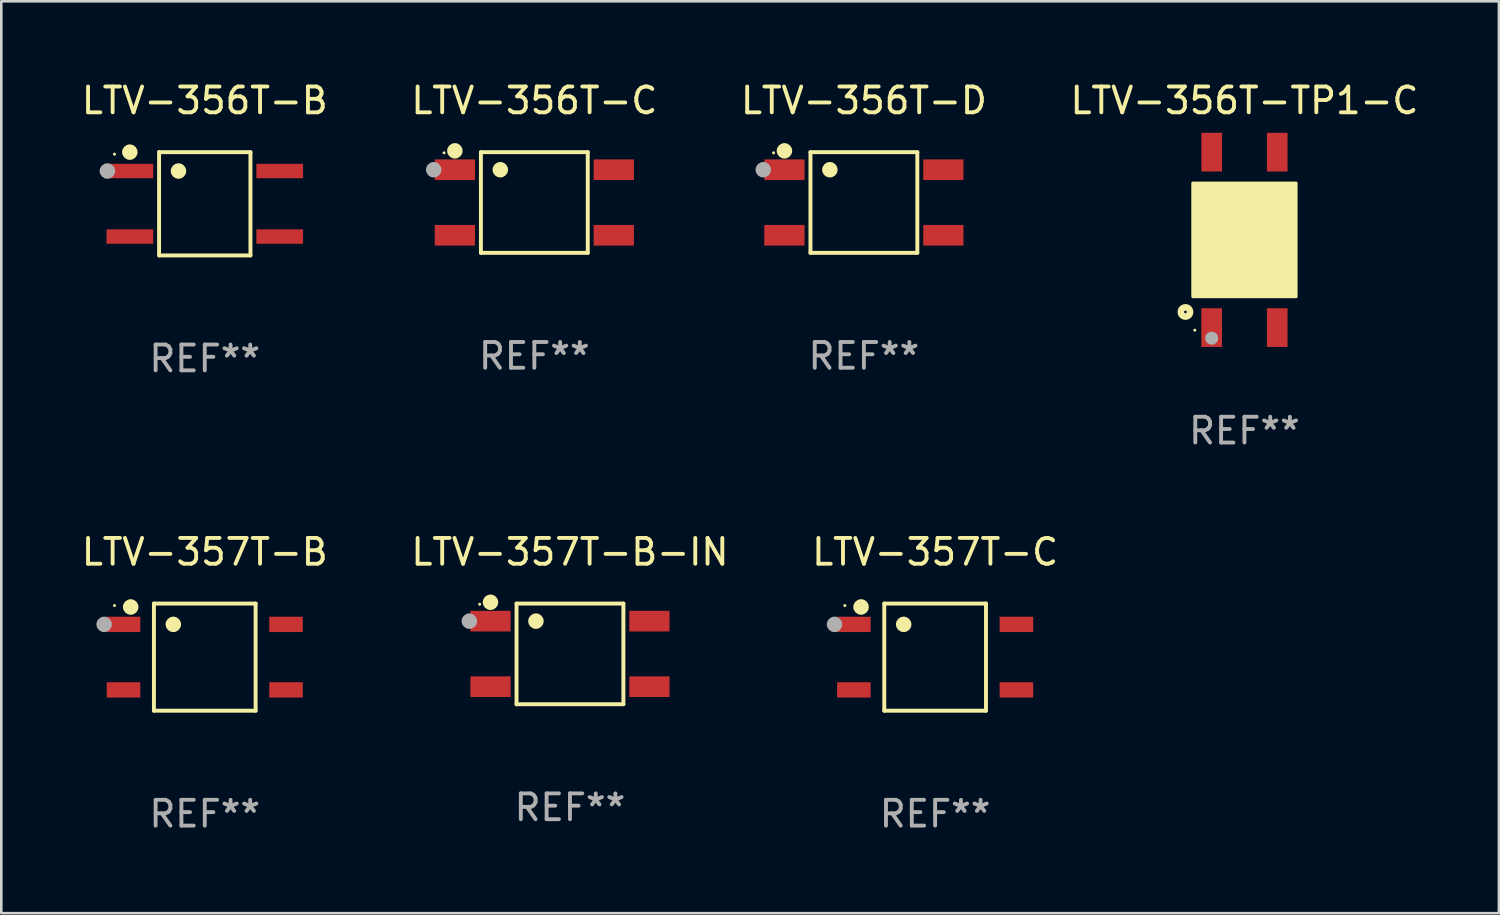
<source format=kicad_pcb>
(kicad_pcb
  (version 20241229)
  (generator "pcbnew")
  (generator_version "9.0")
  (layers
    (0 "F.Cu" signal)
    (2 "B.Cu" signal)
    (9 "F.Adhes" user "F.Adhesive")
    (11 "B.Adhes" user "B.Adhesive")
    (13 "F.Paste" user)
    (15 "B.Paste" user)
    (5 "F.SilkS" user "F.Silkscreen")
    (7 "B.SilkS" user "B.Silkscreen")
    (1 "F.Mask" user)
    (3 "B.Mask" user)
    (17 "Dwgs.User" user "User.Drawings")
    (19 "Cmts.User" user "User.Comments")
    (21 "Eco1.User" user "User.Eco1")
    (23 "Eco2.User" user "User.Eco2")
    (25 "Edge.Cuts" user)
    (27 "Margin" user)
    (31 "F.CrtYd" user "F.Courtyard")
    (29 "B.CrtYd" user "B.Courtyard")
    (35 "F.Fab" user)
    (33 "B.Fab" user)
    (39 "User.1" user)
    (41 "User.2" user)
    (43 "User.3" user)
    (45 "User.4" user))
  (footprint "LTV-357T-B"
    (layer "F.Cu")
    (at 4.887 22.421)
    (property "Reference" "LTV-357T-B" (at 0 -4.076 0) (layer "F.SilkS") (effects (font (size 1 1) (thickness 0.15))))
    (attr through_hole)
    (fp_line (start -1.971 -2.076) (end 1.971 -2.076) (stroke (width 0.152) (type solid)) (layer "F.SilkS"))
    (fp_line (start -1.971 2.076) (end -1.971 -2.076) (stroke (width 0.152) (type solid)) (layer "F.SilkS"))
    (fp_line (start 1.971 -2.076) (end 1.971 2.076) (stroke (width 0.152) (type solid)) (layer "F.SilkS"))
    (fp_line (start 1.971 2.076) (end -1.971 2.076) (stroke (width 0.152) (type solid)) (layer "F.SilkS"))
    (fp_circle (center -3.5 -2) (end -3.47 -2) (stroke (width 0.06) (type solid)) (fill no) (layer "F.SilkS"))
    (fp_circle (center -2.871 -1.944) (end -2.72 -1.944) (stroke (width 0.3) (type solid)) (fill no) (layer "F.SilkS"))
    (fp_circle (center -1.219 -1.27) (end -1.069 -1.27) (stroke (width 0.3) (type solid)) (fill no) (layer "F.SilkS"))
    (fp_circle (center -3.9 -1.27) (end -3.75 -1.27) (stroke (width 0.3) (type solid)) (fill no) (layer "F.Fab"))
    (fp_text user "REF**" (at 0 6.076 0) (layer "F.Fab") (effects (font (size 1 1) (thickness 0.15))))
    (pad "1" smd rect (at -3.15 -1.27 270) (size 0.595 1.3) (layers "F.Cu" "F.Mask" "F.Paste"))
    (pad "2" smd rect (at -3.15 1.27 270) (size 0.595 1.3) (layers "F.Cu" "F.Mask" "F.Paste"))
    (pad "3" smd rect (at 3.15 1.27 270) (size 0.595 1.3) (layers "F.Cu" "F.Mask" "F.Paste"))
    (pad "4" smd rect (at 3.15 -1.27 270) (size 0.595 1.3) (layers "F.Cu" "F.Mask" "F.Paste")))
  (footprint "LTV-356T-B"
    (layer "F.Cu")
    (at 4.887 4.849)
    (property "Reference" "LTV-356T-B" (at 0 -4.001 0) (layer "F.SilkS") (effects (font (size 1 1) (thickness 0.15))))
    (attr through_hole)
    (fp_line (start -1.771 -2.001) (end 1.771 -2.001) (stroke (width 0.152) (type solid)) (layer "F.SilkS"))
    (fp_line (start -1.771 2.001) (end -1.771 -2.001) (stroke (width 0.152) (type solid)) (layer "F.SilkS"))
    (fp_line (start 1.771 -2.001) (end 1.771 2.001) (stroke (width 0.152) (type solid)) (layer "F.SilkS"))
    (fp_line (start 1.771 2.001) (end -1.771 2.001) (stroke (width 0.152) (type solid)) (layer "F.SilkS"))
    (fp_circle (center -3.5 -1.925) (end -3.47 -1.925) (stroke (width 0.06) (type solid)) (fill no) (layer "F.SilkS"))
    (fp_circle (center -2.905 -2.002) (end -2.755 -2.002) (stroke (width 0.3) (type solid)) (fill no) (layer "F.SilkS"))
    (fp_circle (center -1.019 -1.27) (end -0.869 -1.27) (stroke (width 0.3) (type solid)) (fill no) (layer "F.SilkS"))
    (fp_circle (center -3.775 -1.27) (end -3.625 -1.27) (stroke (width 0.3) (type solid)) (fill no) (layer "F.Fab"))
    (fp_text user "REF**" (at 0 6.001 0) (layer "F.Fab") (effects (font (size 1 1) (thickness 0.15))))
    (pad "1" smd rect (at -2.905 -1.27) (size 1.81 0.56) (layers "F.Cu" "F.Mask" "F.Paste"))
    (pad "2" smd rect (at -2.905 1.27) (size 1.81 0.56) (layers "F.Cu" "F.Mask" "F.Paste"))
    (pad "3" smd rect (at 2.905 1.27) (size 1.81 0.56) (layers "F.Cu" "F.Mask" "F.Paste"))
    (pad "4" smd rect (at 2.905 -1.27) (size 1.81 0.56) (layers "F.Cu" "F.Mask" "F.Paste")))
  (footprint "LTV-357T-C"
    (layer "F.Cu")
    (at 33.196 22.421)
    (property "Reference" "LTV-357T-C" (at 0 -4.076 0) (layer "F.SilkS") (effects (font (size 1 1) (thickness 0.15))))
    (attr through_hole)
    (fp_line (start -1.971 -2.076) (end 1.971 -2.076) (stroke (width 0.152) (type solid)) (layer "F.SilkS"))
    (fp_line (start -1.971 2.076) (end -1.971 -2.076) (stroke (width 0.152) (type solid)) (layer "F.SilkS"))
    (fp_line (start 1.971 -2.076) (end 1.971 2.076) (stroke (width 0.152) (type solid)) (layer "F.SilkS"))
    (fp_line (start 1.971 2.076) (end -1.971 2.076) (stroke (width 0.152) (type solid)) (layer "F.SilkS"))
    (fp_circle (center -3.5 -2) (end -3.47 -2) (stroke (width 0.06) (type solid)) (fill no) (layer "F.SilkS"))
    (fp_circle (center -2.871 -1.944) (end -2.72 -1.944) (stroke (width 0.3) (type solid)) (fill no) (layer "F.SilkS"))
    (fp_circle (center -1.219 -1.27) (end -1.069 -1.27) (stroke (width 0.3) (type solid)) (fill no) (layer "F.SilkS"))
    (fp_circle (center -3.9 -1.27) (end -3.75 -1.27) (stroke (width 0.3) (type solid)) (fill no) (layer "F.Fab"))
    (fp_text user "REF**" (at 0 6.076 0) (layer "F.Fab") (effects (font (size 1 1) (thickness 0.15))))
    (pad "1" smd rect (at -3.15 -1.27 270) (size 0.595 1.3) (layers "F.Cu" "F.Mask" "F.Paste"))
    (pad "2" smd rect (at -3.15 1.27 270) (size 0.595 1.3) (layers "F.Cu" "F.Mask" "F.Paste"))
    (pad "3" smd rect (at 3.15 1.27 270) (size 0.595 1.3) (layers "F.Cu" "F.Mask" "F.Paste"))
    (pad "4" smd rect (at 3.15 -1.27 270) (size 0.595 1.3) (layers "F.Cu" "F.Mask" "F.Paste")))
  (footprint "LTV-356T-TP1-C"
    (layer "F.Cu")
    (at 45.185 6.248)
    (property "Reference" "LTV-356T-TP1-C" (at 0 -5.4 0) (layer "F.SilkS") (effects (font (size 1 1) (thickness 0.15))))
    (attr through_hole)
    (fp_circle (center -2.286 2.794) (end -2.107 2.794) (stroke (width 0.254) (type solid)) (fill no) (layer "F.SilkS"))
    (fp_circle (center -1.925 3.5) (end -1.895 3.5) (stroke (width 0.06) (type solid)) (fill no) (layer "F.SilkS"))
    (fp_circle (center -1.017 1.27) (end -0.636 1.27) (stroke (width 0.254) (type solid)) (fill no) (layer "F.SilkS"))
    (fp_poly (pts (xy -2 -2.2) (xy 2 -2.2) (xy 2 2.2) (xy -2 2.2)) (stroke (width 0.12) (type solid)) (fill yes) (layer "F.SilkS"))
    (fp_circle (center -1.27 3.81) (end -1.143 3.81) (stroke (width 0.254) (type solid)) (fill no) (layer "F.Fab"))
    (fp_text user "REF**" (at 0 7.4 0) (layer "F.Fab") (effects (font (size 1 1) (thickness 0.15))))
    (pad "1" smd rect (at -1.271 3.4 90) (size 1.5 0.8) (layers "F.Cu" "F.Mask" "F.Paste"))
    (pad "2" smd rect (at 1.271 3.4 90) (size 1.5 0.8) (layers "F.Cu" "F.Mask" "F.Paste"))
    (pad "3" smd rect (at 1.271 -3.4 90) (size 1.5 0.8) (layers "F.Cu" "F.Mask" "F.Paste"))
    (pad "4" smd rect (at -1.269 -3.4 90) (size 1.5 0.8) (layers "F.Cu" "F.Mask" "F.Paste")))
  (footprint "LTV-356T-C"
    (layer "F.Cu")
    (at 17.661 4.799)
    (property "Reference" "LTV-356T-C" (at 0 -3.951 0) (layer "F.SilkS") (effects (font (size 1 1) (thickness 0.15))))
    (attr through_hole)
    (fp_line (start -2.071 -1.951) (end 2.071 -1.951) (stroke (width 0.152) (type solid)) (layer "F.SilkS"))
    (fp_line (start -2.071 1.951) (end -2.071 -1.951) (stroke (width 0.152) (type solid)) (layer "F.SilkS"))
    (fp_line (start 2.071 -1.951) (end 2.071 1.951) (stroke (width 0.152) (type solid)) (layer "F.SilkS"))
    (fp_line (start 2.071 1.951) (end -2.071 1.951) (stroke (width 0.152) (type solid)) (layer "F.SilkS"))
    (fp_circle (center -3.5 -1.925) (end -3.47 -1.925) (stroke (width 0.06) (type solid)) (fill no) (layer "F.SilkS"))
    (fp_circle (center -3.08 -2.002) (end -2.93 -2.002) (stroke (width 0.3) (type solid)) (fill no) (layer "F.SilkS"))
    (fp_circle (center -1.319 -1.27) (end -1.169 -1.27) (stroke (width 0.3) (type solid)) (fill no) (layer "F.SilkS"))
    (fp_circle (center -3.9 -1.27) (end -3.75 -1.27) (stroke (width 0.3) (type solid)) (fill no) (layer "F.Fab"))
    (fp_text user "REF**" (at 0 5.951 0) (layer "F.Fab") (effects (font (size 1 1) (thickness 0.15))))
    (pad "1" smd rect (at -3.08 -1.27) (size 1.56 0.8) (layers "F.Cu" "F.Mask" "F.Paste"))
    (pad "2" smd rect (at -3.08 1.27) (size 1.56 0.8) (layers "F.Cu" "F.Mask" "F.Paste"))
    (pad "3" smd rect (at 3.08 1.27) (size 1.56 0.8) (layers "F.Cu" "F.Mask" "F.Paste"))
    (pad "4" smd rect (at 3.08 -1.27) (size 1.56 0.8) (layers "F.Cu" "F.Mask" "F.Paste")))
  (footprint "LTV-357T-B-IN"
    (layer "F.Cu")
    (at 19.042 22.296)
    (property "Reference" "LTV-357T-B-IN" (at 0 -3.951 0) (layer "F.SilkS") (effects (font (size 1 1) (thickness 0.15))))
    (attr through_hole)
    (fp_line (start -2.071 -1.951) (end 2.071 -1.951) (stroke (width 0.152) (type solid)) (layer "F.SilkS"))
    (fp_line (start -2.071 1.951) (end -2.071 -1.951) (stroke (width 0.152) (type solid)) (layer "F.SilkS"))
    (fp_line (start 2.071 -1.951) (end 2.071 1.951) (stroke (width 0.152) (type solid)) (layer "F.SilkS"))
    (fp_line (start 2.071 1.951) (end -2.071 1.951) (stroke (width 0.152) (type solid)) (layer "F.SilkS"))
    (fp_circle (center -3.5 -1.925) (end -3.47 -1.925) (stroke (width 0.06) (type solid)) (fill no) (layer "F.SilkS"))
    (fp_circle (center -3.08 -2.002) (end -2.93 -2.002) (stroke (width 0.3) (type solid)) (fill no) (layer "F.SilkS"))
    (fp_circle (center -1.319 -1.27) (end -1.169 -1.27) (stroke (width 0.3) (type solid)) (fill no) (layer "F.SilkS"))
    (fp_circle (center -3.9 -1.27) (end -3.75 -1.27) (stroke (width 0.3) (type solid)) (fill no) (layer "F.Fab"))
    (fp_text user "REF**" (at 0 5.951 0) (layer "F.Fab") (effects (font (size 1 1) (thickness 0.15))))
    (pad "1" smd rect (at -3.08 -1.27) (size 1.56 0.8) (layers "F.Cu" "F.Mask" "F.Paste"))
    (pad "2" smd rect (at -3.08 1.27) (size 1.56 0.8) (layers "F.Cu" "F.Mask" "F.Paste"))
    (pad "3" smd rect (at 3.08 1.27) (size 1.56 0.8) (layers "F.Cu" "F.Mask" "F.Paste"))
    (pad "4" smd rect (at 3.08 -1.27) (size 1.56 0.8) (layers "F.Cu" "F.Mask" "F.Paste")))
  (footprint "LTV-356T-D"
    (layer "F.Cu")
    (at 30.435 4.799)
    (property "Reference" "LTV-356T-D" (at 0 -3.951 0) (layer "F.SilkS") (effects (font (size 1 1) (thickness 0.15))))
    (attr through_hole)
    (fp_line (start -2.071 -1.951) (end 2.071 -1.951) (stroke (width 0.152) (type solid)) (layer "F.SilkS"))
    (fp_line (start -2.071 1.951) (end -2.071 -1.951) (stroke (width 0.152) (type solid)) (layer "F.SilkS"))
    (fp_line (start 2.071 -1.951) (end 2.071 1.951) (stroke (width 0.152) (type solid)) (layer "F.SilkS"))
    (fp_line (start 2.071 1.951) (end -2.071 1.951) (stroke (width 0.152) (type solid)) (layer "F.SilkS"))
    (fp_circle (center -3.5 -1.925) (end -3.47 -1.925) (stroke (width 0.06) (type solid)) (fill no) (layer "F.SilkS"))
    (fp_circle (center -3.08 -2.002) (end -2.93 -2.002) (stroke (width 0.3) (type solid)) (fill no) (layer "F.SilkS"))
    (fp_circle (center -1.319 -1.27) (end -1.169 -1.27) (stroke (width 0.3) (type solid)) (fill no) (layer "F.SilkS"))
    (fp_circle (center -3.9 -1.27) (end -3.75 -1.27) (stroke (width 0.3) (type solid)) (fill no) (layer "F.Fab"))
    (fp_text user "REF**" (at 0 5.951 0) (layer "F.Fab") (effects (font (size 1 1) (thickness 0.15))))
    (pad "1" smd rect (at -3.08 -1.27) (size 1.56 0.8) (layers "F.Cu" "F.Mask" "F.Paste"))
    (pad "2" smd rect (at -3.08 1.27) (size 1.56 0.8) (layers "F.Cu" "F.Mask" "F.Paste"))
    (pad "3" smd rect (at 3.08 1.27) (size 1.56 0.8) (layers "F.Cu" "F.Mask" "F.Paste"))
    (pad "4" smd rect (at 3.08 -1.27) (size 1.56 0.8) (layers "F.Cu" "F.Mask" "F.Paste")))
  (gr_rect
    (start -3 -3)
    (end 55.048 32.345)
    (stroke (width 0.1) (type default))
    (fill no)
    (layer "Edge.Cuts")))
</source>
